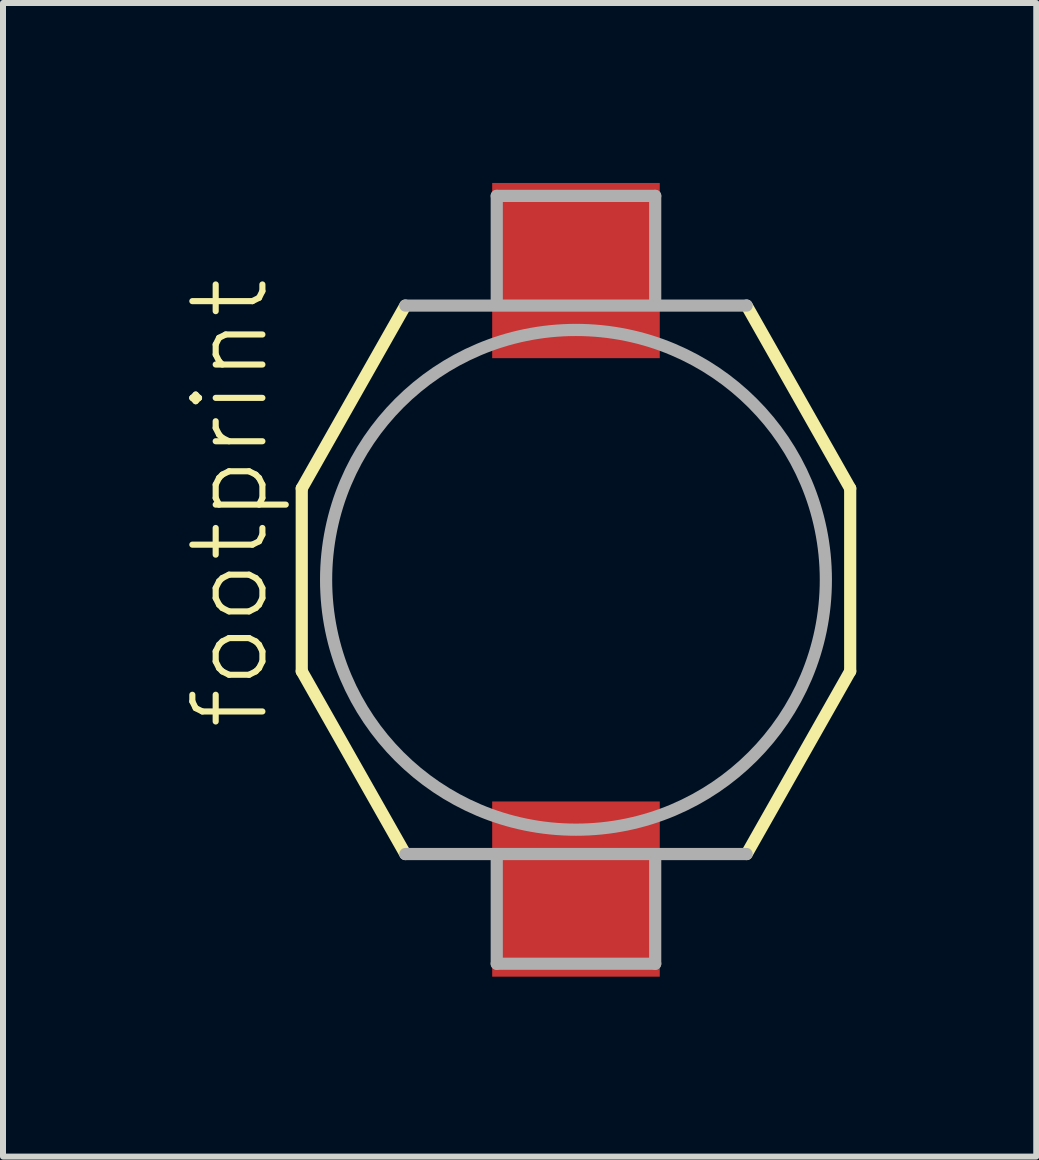
<source format=kicad_pcb>
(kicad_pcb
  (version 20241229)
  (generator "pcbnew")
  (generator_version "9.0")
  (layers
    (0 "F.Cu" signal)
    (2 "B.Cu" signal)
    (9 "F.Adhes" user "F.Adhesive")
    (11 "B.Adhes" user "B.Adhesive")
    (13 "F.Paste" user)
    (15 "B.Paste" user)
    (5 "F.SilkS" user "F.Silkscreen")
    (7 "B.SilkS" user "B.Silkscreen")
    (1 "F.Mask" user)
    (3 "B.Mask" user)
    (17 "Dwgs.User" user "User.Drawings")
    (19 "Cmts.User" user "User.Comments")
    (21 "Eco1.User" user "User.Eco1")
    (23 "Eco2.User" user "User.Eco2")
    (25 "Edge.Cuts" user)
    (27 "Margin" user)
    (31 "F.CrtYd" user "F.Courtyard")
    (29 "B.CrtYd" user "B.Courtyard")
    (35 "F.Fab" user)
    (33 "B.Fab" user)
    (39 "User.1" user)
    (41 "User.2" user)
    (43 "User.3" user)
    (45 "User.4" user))
  (footprint "footprint"
    (layer "F.Cu")
    (at 6.553 6.617)
    (property "Reference" "footprint" (at -5.08 2.54 90) (layer "F.SilkS") (effects (font (size 1.168 1.168) (thickness 0.102)) (justify left bottom)))
    (fp_line (start -4.572 -1.524) (end -4.572 1.524) (stroke (width 0.203) (type solid)) (layer "F.SilkS"))
    (fp_line (start -4.572 -1.524) (end -2.845 -4.572) (stroke (width 0.203) (type solid)) (layer "F.SilkS"))
    (fp_line (start -4.572 1.524) (end -2.845 4.572) (stroke (width 0.203) (type solid)) (layer "F.SilkS"))
    (fp_line (start 4.572 -1.524) (end 2.845 -4.572) (stroke (width 0.203) (type solid)) (layer "F.SilkS"))
    (fp_line (start 4.572 1.524) (end 2.845 4.572) (stroke (width 0.203) (type solid)) (layer "F.SilkS"))
    (fp_line (start 4.572 1.524) (end 4.572 -1.524) (stroke (width 0.203) (type solid)) (layer "F.SilkS"))
    (fp_line (start -2.845 4.572) (end 2.845 4.572) (stroke (width 0.203) (type solid)) (layer "F.Fab"))
    (fp_line (start -1.321 -6.401) (end -1.321 -4.674) (stroke (width 0.203) (type solid)) (layer "F.Fab"))
    (fp_line (start -1.321 -6.401) (end 1.321 -6.401) (stroke (width 0.203) (type solid)) (layer "F.Fab"))
    (fp_line (start -1.321 6.401) (end -1.321 4.674) (stroke (width 0.203) (type solid)) (layer "F.Fab"))
    (fp_line (start 1.321 -6.401) (end 1.321 -4.674) (stroke (width 0.203) (type solid)) (layer "F.Fab"))
    (fp_line (start 1.321 6.401) (end -1.321 6.401) (stroke (width 0.203) (type solid)) (layer "F.Fab"))
    (fp_line (start 1.321 6.401) (end 1.321 4.674) (stroke (width 0.203) (type solid)) (layer "F.Fab"))
    (fp_line (start 2.845 -4.572) (end -2.845 -4.572) (stroke (width 0.203) (type solid)) (layer "F.Fab"))
    (fp_circle (center 0 0) (end 4.166 0) (stroke (width 0.203) (type solid)) (fill no) (layer "F.Fab"))
    (pad "1" smd rect (at 0 -5.156) (size 2.794 2.921) (layers "F.Cu" "F.Mask" "F.Paste"))
    (pad "2" smd rect (at 0 5.156 180) (size 2.794 2.921) (layers "F.Cu" "F.Mask" "F.Paste")))
  (gr_rect
    (start -3 -3)
    (end 14.227 16.233)
    (stroke (width 0.1) (type default))
    (fill no)
    (layer "Edge.Cuts")))
</source>
